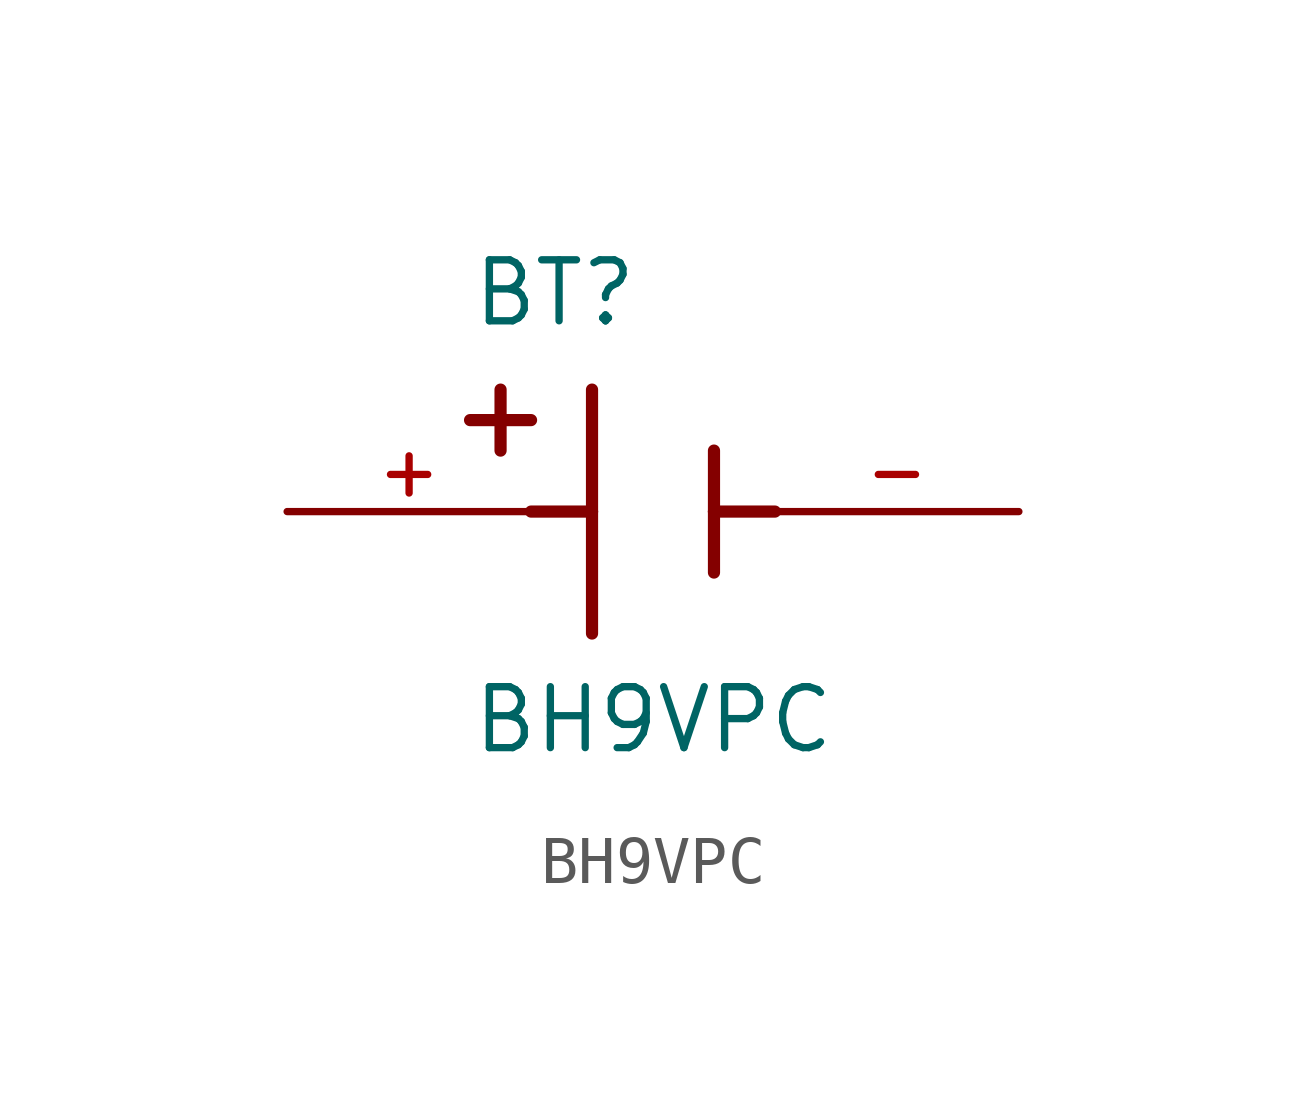
<source format=kicad_sym>
(kicad_symbol_lib
  (version 20211014)
  (generator kicad_symbol_editor)
  (symbol "BH9VPC"
    (pin_names
      (offset 1.016))
    (property "Reference" "BT"
      (at -3.81 3.81 0)
      (effects (font (size 1.27 1.27)) (justify bottom left)))
    (property "Value" "BH9VPC"
      (at -3.81 -5.08 0)
      (effects (font (size 1.27 1.27)) (justify bottom left)))
    (symbol "BH9VPC_0_0"
      (polyline (pts (xy -1.27 2.54) (xy -1.27 0.0)) (stroke (width 0.254)))
      (polyline (pts (xy -1.27 0.0) (xy -1.27 -2.54)) (stroke (width 0.254)))
      (polyline (pts (xy 1.27 1.27) (xy 1.27 0.0)) (stroke (width 0.254)))
      (polyline (pts (xy 1.27 0.0) (xy 1.27 -1.27)) (stroke (width 0.254)))
      (polyline (pts (xy -1.27 0.0) (xy -2.54 0.0)) (stroke (width 0.254)))
      (polyline (pts (xy 1.27 0.0) (xy 2.54 0.0)) (stroke (width 0.254)))
      (polyline (pts (xy -3.175 2.54) (xy -3.175 1.27)) (stroke (width 0.254)))
      (polyline (pts (xy -3.81 1.905) (xy -2.54 1.905)) (stroke (width 0.254)))
      (pin passive line (at -7.62 0.0 0) (length 5.08) (name "~" (effects (font (size 1.016 1.016)))) (number "+" (effects (font (size 1.016 1.016)))))
      (pin passive line (at 7.62 0.0 180.0) (length 5.08) (name "~" (effects (font (size 1.016 1.016)))) (number "-" (effects (font (size 1.016 1.016))))))))
</source>
